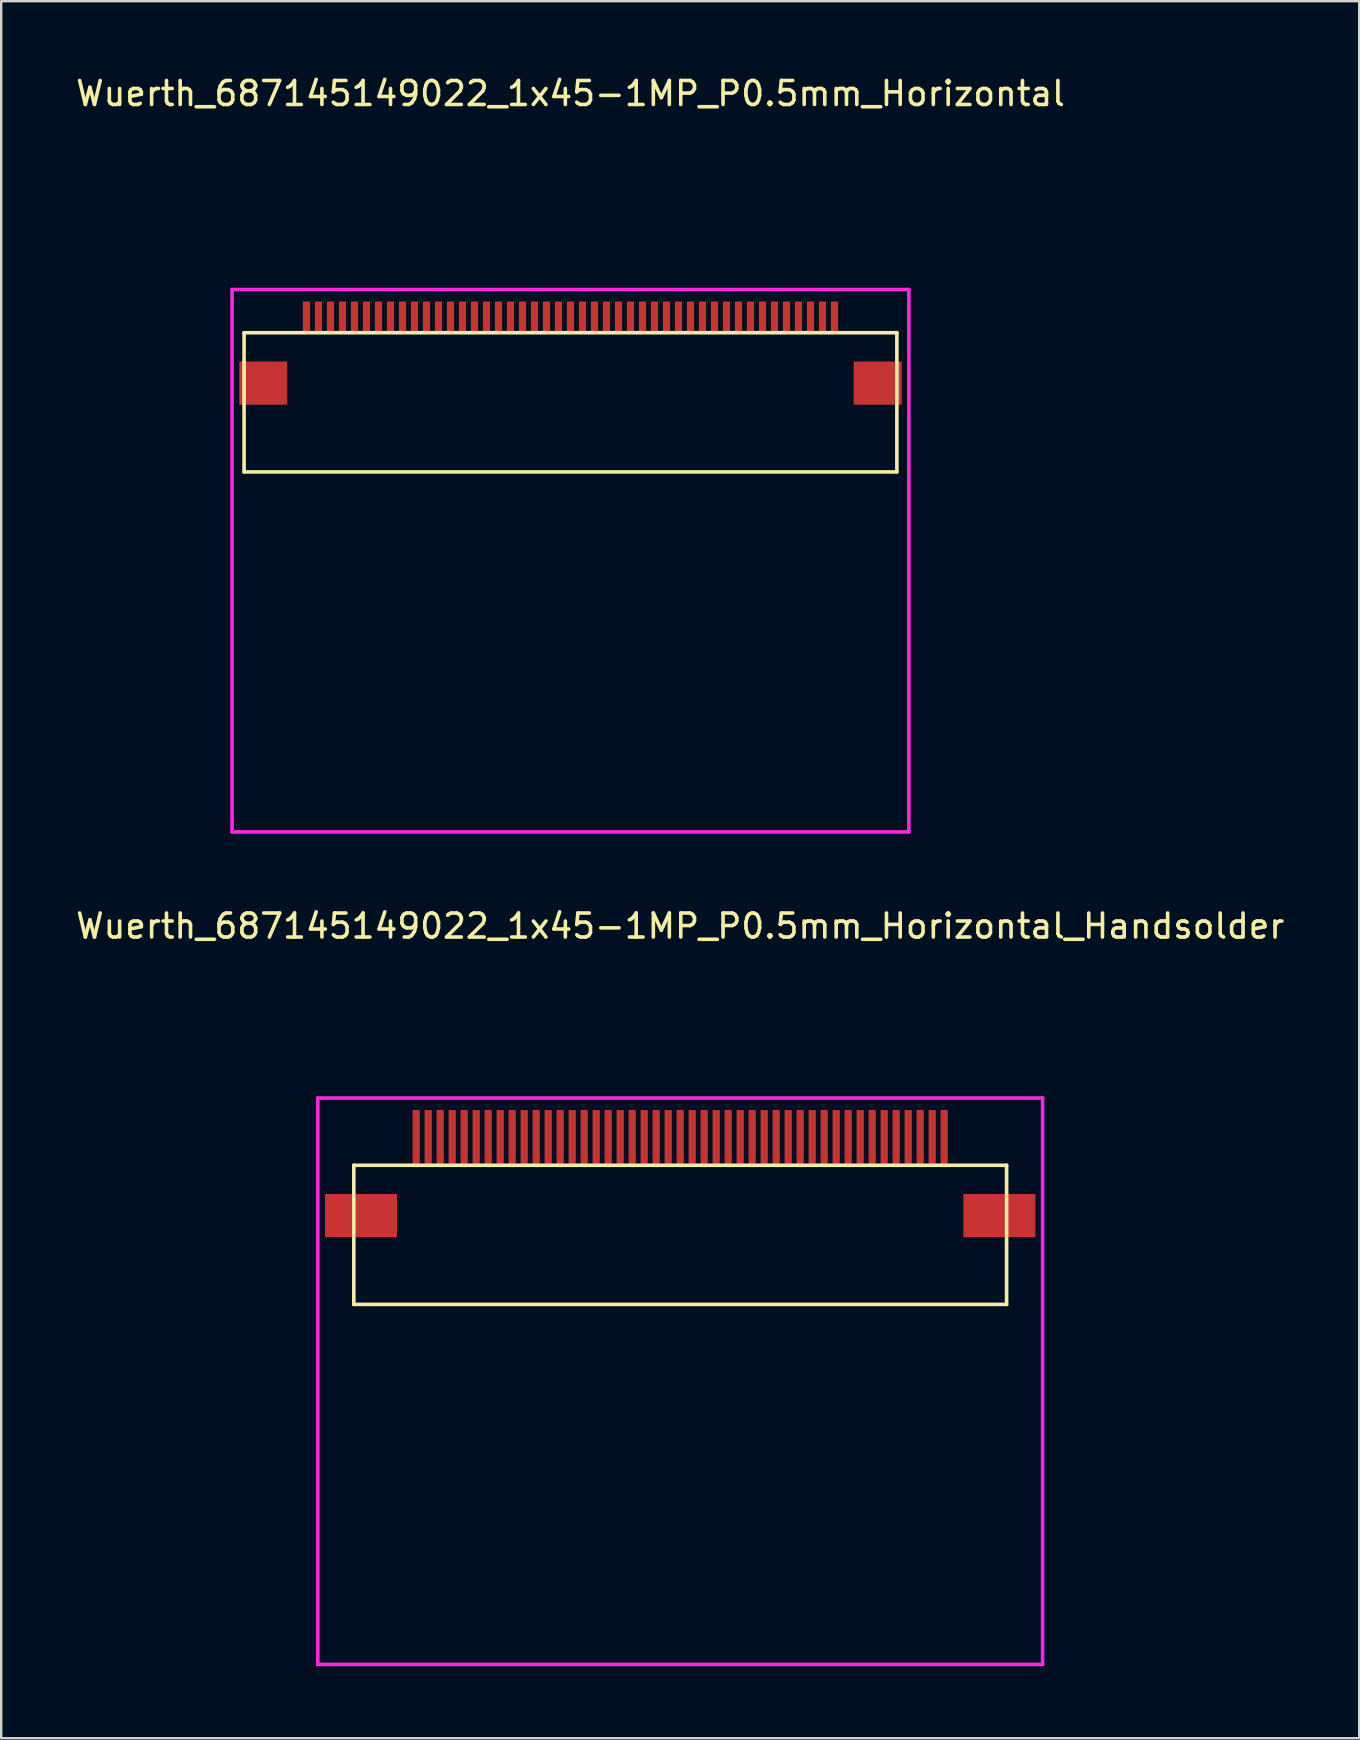
<source format=kicad_pcb>
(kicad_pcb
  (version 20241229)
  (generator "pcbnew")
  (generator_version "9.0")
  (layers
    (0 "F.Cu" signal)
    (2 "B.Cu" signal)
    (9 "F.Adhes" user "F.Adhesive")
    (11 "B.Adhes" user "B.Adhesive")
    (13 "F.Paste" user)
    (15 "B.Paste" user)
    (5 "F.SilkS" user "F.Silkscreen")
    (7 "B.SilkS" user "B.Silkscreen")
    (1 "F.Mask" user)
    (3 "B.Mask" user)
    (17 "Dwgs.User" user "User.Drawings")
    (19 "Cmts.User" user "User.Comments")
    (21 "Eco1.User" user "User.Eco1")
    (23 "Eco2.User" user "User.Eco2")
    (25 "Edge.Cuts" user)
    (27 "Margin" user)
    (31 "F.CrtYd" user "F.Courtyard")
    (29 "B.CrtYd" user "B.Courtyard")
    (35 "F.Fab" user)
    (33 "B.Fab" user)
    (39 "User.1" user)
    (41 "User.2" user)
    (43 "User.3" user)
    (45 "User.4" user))
  (footprint "Wuerth_687145149022_1x45-1MP_P0.5mm_Horizontal_Handsolder"
    (layer "F.Cu")
    (at 25.292 47.602)
    (property "Reference" "Wuerth_687145149022_1x45-1MP_P0.5mm_Horizontal_Handsolder" (at 0 -12.065 0) (layer "F.SilkS") (effects (font (size 1 1) (thickness 0.15))))
    (attr through_hole)
    (fp_line (start -13.6 -2.1) (end 13.6 -2.1) (stroke (width 0.15) (type solid)) (layer "F.SilkS"))
    (fp_line (start -13.6 3.7) (end -13.6 -2.1) (stroke (width 0.15) (type solid)) (layer "F.SilkS"))
    (fp_line (start 13.6 -2.1) (end 13.6 3.7) (stroke (width 0.15) (type solid)) (layer "F.SilkS"))
    (fp_line (start 13.6 3.7) (end -13.6 3.7) (stroke (width 0.15) (type solid)) (layer "F.SilkS"))
    (fp_line (start -15.1 -4.9) (end 15.1 -4.9) (stroke (width 0.15) (type solid)) (layer "F.CrtYd"))
    (fp_line (start -15.1 18.7) (end -15.1 -4.9) (stroke (width 0.15) (type solid)) (layer "F.CrtYd"))
    (fp_line (start 15.1 -4.9) (end 15.1 18.7) (stroke (width 0.15) (type solid)) (layer "F.CrtYd"))
    (fp_line (start 15.1 18.7) (end -15.1 18.7) (stroke (width 0.15) (type solid)) (layer "F.CrtYd"))
    (pad "1" smd rect (at -11 -3.25) (size 0.3 2.3) (layers "F.Cu" "F.Mask"))
    (pad "2" smd rect (at -10.5 -3.25) (size 0.3 2.3) (layers "F.Cu" "F.Mask"))
    (pad "3" smd rect (at -10 -3.25) (size 0.3 2.3) (layers "F.Cu" "F.Mask"))
    (pad "4" smd rect (at -9.5 -3.25) (size 0.3 2.3) (layers "F.Cu" "F.Mask"))
    (pad "5" smd rect (at -9 -3.25) (size 0.3 2.3) (layers "F.Cu" "F.Mask"))
    (pad "6" smd rect (at -8.5 -3.25) (size 0.3 2.3) (layers "F.Cu" "F.Mask"))
    (pad "7" smd rect (at -8 -3.25) (size 0.3 2.3) (layers "F.Cu" "F.Mask"))
    (pad "8" smd rect (at -7.5 -3.25) (size 0.3 2.3) (layers "F.Cu" "F.Mask"))
    (pad "9" smd rect (at -7 -3.25) (size 0.3 2.3) (layers "F.Cu" "F.Mask"))
    (pad "10" smd rect (at -6.5 -3.25) (size 0.3 2.3) (layers "F.Cu" "F.Mask"))
    (pad "11" smd rect (at -6 -3.25) (size 0.3 2.3) (layers "F.Cu" "F.Mask"))
    (pad "12" smd rect (at -5.5 -3.25) (size 0.3 2.3) (layers "F.Cu" "F.Mask"))
    (pad "13" smd rect (at -5 -3.25) (size 0.3 2.3) (layers "F.Cu" "F.Mask"))
    (pad "14" smd rect (at -4.5 -3.25) (size 0.3 2.3) (layers "F.Cu" "F.Mask"))
    (pad "15" smd rect (at -4 -3.25) (size 0.3 2.3) (layers "F.Cu" "F.Mask"))
    (pad "16" smd rect (at -3.5 -3.25) (size 0.3 2.3) (layers "F.Cu" "F.Mask"))
    (pad "17" smd rect (at -3 -3.25) (size 0.3 2.3) (layers "F.Cu" "F.Mask"))
    (pad "18" smd rect (at -2.5 -3.25) (size 0.3 2.3) (layers "F.Cu" "F.Mask"))
    (pad "19" smd rect (at -2 -3.25) (size 0.3 2.3) (layers "F.Cu" "F.Mask"))
    (pad "20" smd rect (at -1.5 -3.25) (size 0.3 2.3) (layers "F.Cu" "F.Mask"))
    (pad "21" smd rect (at -1 -3.25) (size 0.3 2.3) (layers "F.Cu" "F.Mask"))
    (pad "22" smd rect (at -0.5 -3.25) (size 0.3 2.3) (layers "F.Cu" "F.Mask"))
    (pad "23" smd rect (at 0 -3.25) (size 0.3 2.3) (layers "F.Cu" "F.Mask"))
    (pad "24" smd rect (at 0.5 -3.25) (size 0.3 2.3) (layers "F.Cu" "F.Mask"))
    (pad "25" smd rect (at 1 -3.25) (size 0.3 2.3) (layers "F.Cu" "F.Mask"))
    (pad "26" smd rect (at 1.5 -3.25) (size 0.3 2.3) (layers "F.Cu" "F.Mask"))
    (pad "27" smd rect (at 2 -3.25) (size 0.3 2.3) (layers "F.Cu" "F.Mask"))
    (pad "28" smd rect (at 2.5 -3.25) (size 0.3 2.3) (layers "F.Cu" "F.Mask"))
    (pad "29" smd rect (at 3 -3.25) (size 0.3 2.3) (layers "F.Cu" "F.Mask"))
    (pad "30" smd rect (at 3.5 -3.25) (size 0.3 2.3) (layers "F.Cu" "F.Mask"))
    (pad "31" smd rect (at 4 -3.25) (size 0.3 2.3) (layers "F.Cu" "F.Mask"))
    (pad "32" smd rect (at 4.5 -3.25) (size 0.3 2.3) (layers "F.Cu" "F.Mask"))
    (pad "33" smd rect (at 5 -3.25) (size 0.3 2.3) (layers "F.Cu" "F.Mask"))
    (pad "34" smd rect (at 5.5 -3.25) (size 0.3 2.3) (layers "F.Cu" "F.Mask"))
    (pad "35" smd rect (at 6 -3.25) (size 0.3 2.3) (layers "F.Cu" "F.Mask"))
    (pad "36" smd rect (at 6.5 -3.25) (size 0.3 2.3) (layers "F.Cu" "F.Mask"))
    (pad "37" smd rect (at 7 -3.25) (size 0.3 2.3) (layers "F.Cu" "F.Mask"))
    (pad "38" smd rect (at 7.5 -3.25) (size 0.3 2.3) (layers "F.Cu" "F.Mask"))
    (pad "39" smd rect (at 8 -3.25) (size 0.3 2.3) (layers "F.Cu" "F.Mask"))
    (pad "40" smd rect (at 8.5 -3.25) (size 0.3 2.3) (layers "F.Cu" "F.Mask"))
    (pad "41" smd rect (at 9 -3.25) (size 0.3 2.3) (layers "F.Cu" "F.Mask"))
    (pad "42" smd rect (at 9.5 -3.25) (size 0.3 2.3) (layers "F.Cu" "F.Mask"))
    (pad "43" smd rect (at 10 -3.25) (size 0.3 2.3) (layers "F.Cu" "F.Mask"))
    (pad "44" smd rect (at 10.5 -3.25) (size 0.3 2.3) (layers "F.Cu" "F.Mask"))
    (pad "45" smd rect (at 11 -3.25) (size 0.3 2.3) (layers "F.Cu" "F.Mask"))
    (pad "MP" smd rect (at -13.3 0) (size 3 1.8) (layers "F.Cu" "F.Mask"))
    (pad "MP" smd rect (at 13.3 0) (size 3 1.8) (layers "F.Cu" "F.Mask")))
  (footprint "Wuerth_687145149022_1x45-1MP_P0.5mm_Horizontal"
    (layer "F.Cu")
    (at 20.72 12.913)
    (property "Reference" "Wuerth_687145149022_1x45-1MP_P0.5mm_Horizontal" (at 0 -12.065 0) (layer "F.SilkS") (effects (font (size 1 1) (thickness 0.15))))
    (attr through_hole)
    (fp_line (start -13.6 -2.1) (end 13.6 -2.1) (stroke (width 0.15) (type solid)) (layer "F.SilkS"))
    (fp_line (start -13.6 3.7) (end -13.6 -2.1) (stroke (width 0.15) (type solid)) (layer "F.SilkS"))
    (fp_line (start 13.6 -2.1) (end 13.6 3.7) (stroke (width 0.15) (type solid)) (layer "F.SilkS"))
    (fp_line (start 13.6 3.7) (end -13.6 3.7) (stroke (width 0.15) (type solid)) (layer "F.SilkS"))
    (fp_line (start -14.1 -3.9) (end 14.1 -3.9) (stroke (width 0.15) (type solid)) (layer "F.CrtYd"))
    (fp_line (start -14.1 18.7) (end -14.1 -3.9) (stroke (width 0.15) (type solid)) (layer "F.CrtYd"))
    (fp_line (start 14.1 -3.9) (end 14.1 18.7) (stroke (width 0.15) (type solid)) (layer "F.CrtYd"))
    (fp_line (start 14.1 18.7) (end -14.1 18.7) (stroke (width 0.15) (type solid)) (layer "F.CrtYd"))
    (pad "1" smd rect (at -11 -2.75) (size 0.3 1.3) (layers "F.Cu" "F.Mask"))
    (pad "2" smd rect (at -10.5 -2.75) (size 0.3 1.3) (layers "F.Cu" "F.Mask"))
    (pad "3" smd rect (at -10 -2.75) (size 0.3 1.3) (layers "F.Cu" "F.Mask"))
    (pad "4" smd rect (at -9.5 -2.75) (size 0.3 1.3) (layers "F.Cu" "F.Mask"))
    (pad "5" smd rect (at -9 -2.75) (size 0.3 1.3) (layers "F.Cu" "F.Mask"))
    (pad "6" smd rect (at -8.5 -2.75) (size 0.3 1.3) (layers "F.Cu" "F.Mask"))
    (pad "7" smd rect (at -8 -2.75) (size 0.3 1.3) (layers "F.Cu" "F.Mask"))
    (pad "8" smd rect (at -7.5 -2.75) (size 0.3 1.3) (layers "F.Cu" "F.Mask"))
    (pad "9" smd rect (at -7 -2.75) (size 0.3 1.3) (layers "F.Cu" "F.Mask"))
    (pad "10" smd rect (at -6.5 -2.75) (size 0.3 1.3) (layers "F.Cu" "F.Mask"))
    (pad "11" smd rect (at -6 -2.75) (size 0.3 1.3) (layers "F.Cu" "F.Mask"))
    (pad "12" smd rect (at -5.5 -2.75) (size 0.3 1.3) (layers "F.Cu" "F.Mask"))
    (pad "13" smd rect (at -5 -2.75) (size 0.3 1.3) (layers "F.Cu" "F.Mask"))
    (pad "14" smd rect (at -4.5 -2.75) (size 0.3 1.3) (layers "F.Cu" "F.Mask"))
    (pad "15" smd rect (at -4 -2.75) (size 0.3 1.3) (layers "F.Cu" "F.Mask"))
    (pad "16" smd rect (at -3.5 -2.75) (size 0.3 1.3) (layers "F.Cu" "F.Mask"))
    (pad "17" smd rect (at -3 -2.75) (size 0.3 1.3) (layers "F.Cu" "F.Mask"))
    (pad "18" smd rect (at -2.5 -2.75) (size 0.3 1.3) (layers "F.Cu" "F.Mask"))
    (pad "19" smd rect (at -2 -2.75) (size 0.3 1.3) (layers "F.Cu" "F.Mask"))
    (pad "20" smd rect (at -1.5 -2.75) (size 0.3 1.3) (layers "F.Cu" "F.Mask"))
    (pad "21" smd rect (at -1 -2.75) (size 0.3 1.3) (layers "F.Cu" "F.Mask"))
    (pad "22" smd rect (at -0.5 -2.75) (size 0.3 1.3) (layers "F.Cu" "F.Mask"))
    (pad "23" smd rect (at 0 -2.75) (size 0.3 1.3) (layers "F.Cu" "F.Mask"))
    (pad "24" smd rect (at 0.5 -2.75) (size 0.3 1.3) (layers "F.Cu" "F.Mask"))
    (pad "25" smd rect (at 1 -2.75) (size 0.3 1.3) (layers "F.Cu" "F.Mask"))
    (pad "26" smd rect (at 1.5 -2.75) (size 0.3 1.3) (layers "F.Cu" "F.Mask"))
    (pad "27" smd rect (at 2 -2.75) (size 0.3 1.3) (layers "F.Cu" "F.Mask"))
    (pad "28" smd rect (at 2.5 -2.75) (size 0.3 1.3) (layers "F.Cu" "F.Mask"))
    (pad "29" smd rect (at 3 -2.75) (size 0.3 1.3) (layers "F.Cu" "F.Mask"))
    (pad "30" smd rect (at 3.5 -2.75) (size 0.3 1.3) (layers "F.Cu" "F.Mask"))
    (pad "31" smd rect (at 4 -2.75) (size 0.3 1.3) (layers "F.Cu" "F.Mask"))
    (pad "32" smd rect (at 4.5 -2.75) (size 0.3 1.3) (layers "F.Cu" "F.Mask"))
    (pad "33" smd rect (at 5 -2.75) (size 0.3 1.3) (layers "F.Cu" "F.Mask"))
    (pad "34" smd rect (at 5.5 -2.75) (size 0.3 1.3) (layers "F.Cu" "F.Mask"))
    (pad "35" smd rect (at 6 -2.75) (size 0.3 1.3) (layers "F.Cu" "F.Mask"))
    (pad "36" smd rect (at 6.5 -2.75) (size 0.3 1.3) (layers "F.Cu" "F.Mask"))
    (pad "37" smd rect (at 7 -2.75) (size 0.3 1.3) (layers "F.Cu" "F.Mask"))
    (pad "38" smd rect (at 7.5 -2.75) (size 0.3 1.3) (layers "F.Cu" "F.Mask"))
    (pad "39" smd rect (at 8 -2.75) (size 0.3 1.3) (layers "F.Cu" "F.Mask"))
    (pad "40" smd rect (at 8.5 -2.75) (size 0.3 1.3) (layers "F.Cu" "F.Mask"))
    (pad "41" smd rect (at 9 -2.75) (size 0.3 1.3) (layers "F.Cu" "F.Mask"))
    (pad "42" smd rect (at 9.5 -2.75) (size 0.3 1.3) (layers "F.Cu" "F.Mask"))
    (pad "43" smd rect (at 10 -2.75) (size 0.3 1.3) (layers "F.Cu" "F.Mask"))
    (pad "44" smd rect (at 10.5 -2.75) (size 0.3 1.3) (layers "F.Cu" "F.Mask"))
    (pad "45" smd rect (at 11 -2.75) (size 0.3 1.3) (layers "F.Cu" "F.Mask"))
    (pad "MP" smd rect (at -12.8 0) (size 2 1.8) (layers "F.Cu" "F.Mask"))
    (pad "MP" smd rect (at 12.8 0) (size 2 1.8) (layers "F.Cu" "F.Mask")))
  (gr_rect
    (start -3 -3)
    (end 53.583 69.376)
    (stroke (width 0.1) (type default))
    (fill no)
    (layer "Edge.Cuts")))
</source>
